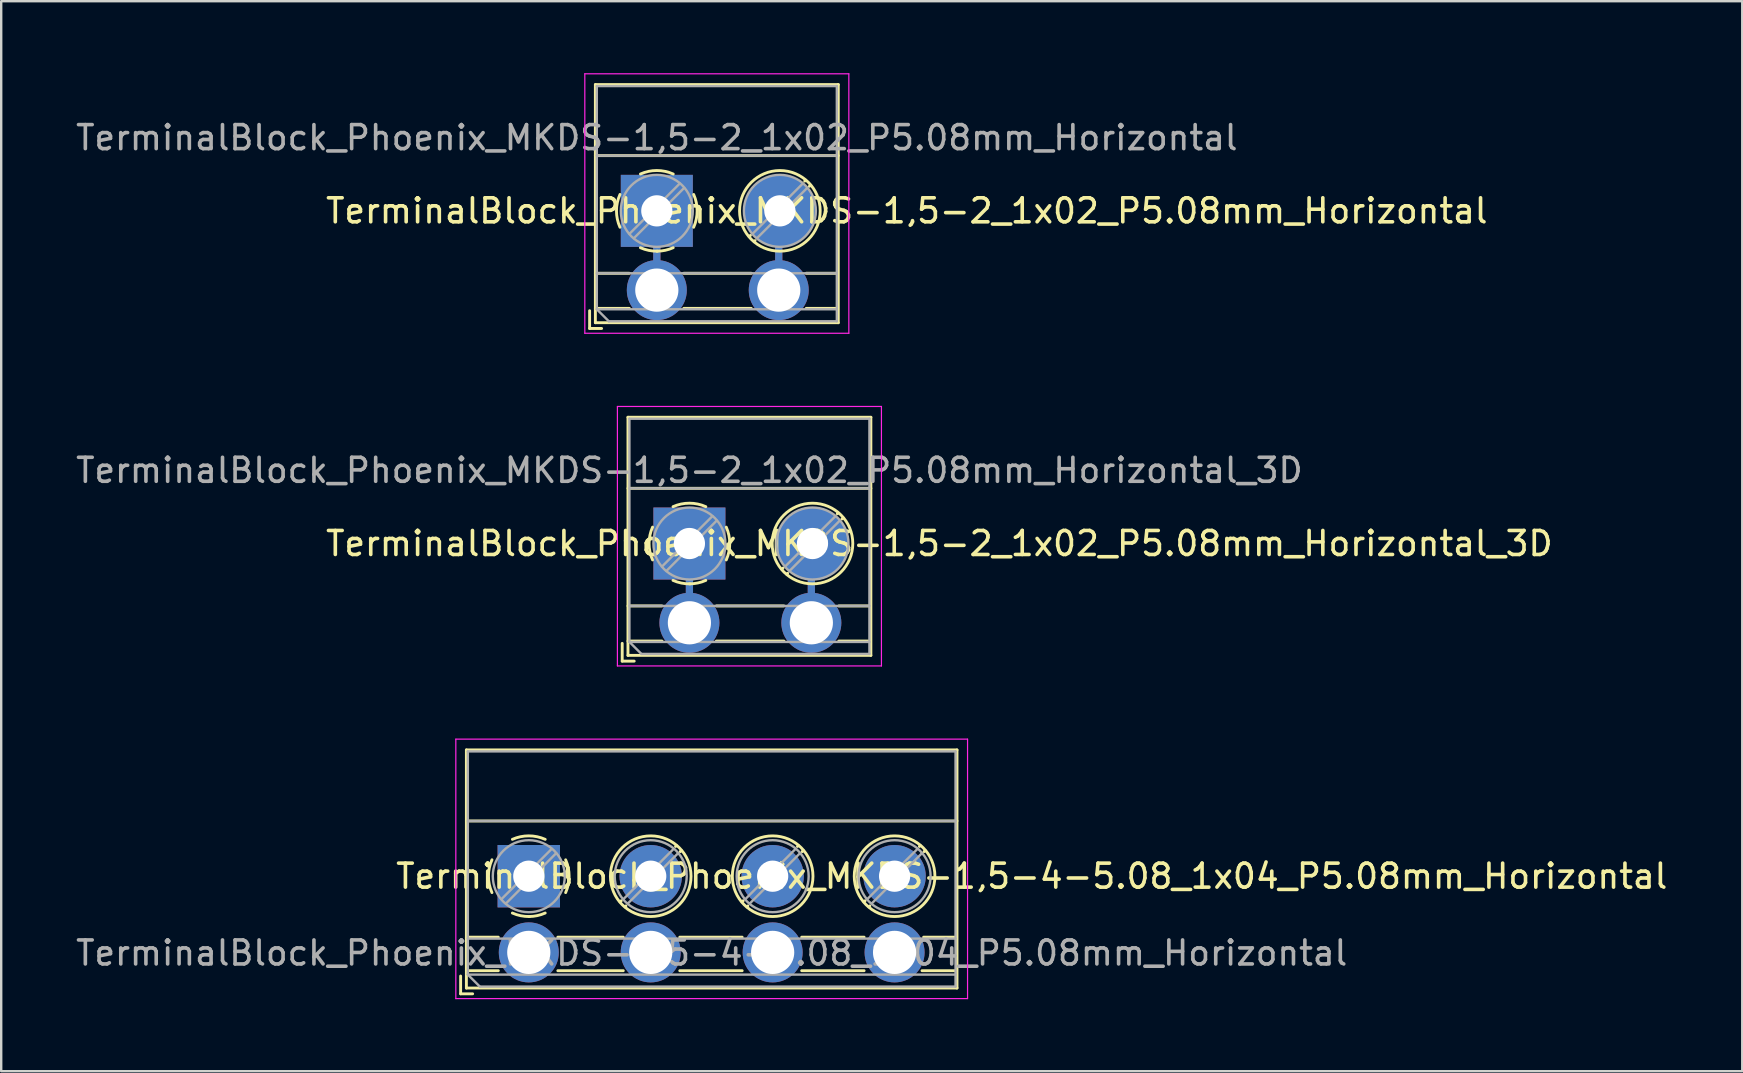
<source format=kicad_pcb>
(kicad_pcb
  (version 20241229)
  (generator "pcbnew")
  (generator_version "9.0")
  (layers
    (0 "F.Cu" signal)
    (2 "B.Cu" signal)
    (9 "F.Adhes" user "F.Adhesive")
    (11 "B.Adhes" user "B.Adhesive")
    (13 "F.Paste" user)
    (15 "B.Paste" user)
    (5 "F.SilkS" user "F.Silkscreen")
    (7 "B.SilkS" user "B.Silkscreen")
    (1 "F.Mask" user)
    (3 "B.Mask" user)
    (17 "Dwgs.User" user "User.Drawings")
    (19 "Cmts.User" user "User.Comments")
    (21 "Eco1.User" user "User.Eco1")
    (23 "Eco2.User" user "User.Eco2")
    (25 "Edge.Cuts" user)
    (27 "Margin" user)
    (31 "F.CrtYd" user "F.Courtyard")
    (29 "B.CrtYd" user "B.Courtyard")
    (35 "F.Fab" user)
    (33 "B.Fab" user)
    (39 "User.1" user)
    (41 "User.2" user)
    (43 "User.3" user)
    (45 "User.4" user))
  (footprint "TerminalBlock_Phoenix_MKDS-1,5-2_1x02_P5.08mm_Horizontal"
    (layer "F.Cu")
    (at 24.315 5.735)
    (property "Reference" "TerminalBlock_Phoenix_MKDS-1,5-2_1x02_P5.08mm_Horizontal" (at 10.414 0 0) (layer "F.SilkS") (effects (font (size 1 1) (thickness 0.15))))
    (attr through_hole)
    (fp_line (start 0 3.302) (end 0 0) (stroke (width 0.3) (type solid)) (layer "F.Cu"))
    (fp_line (start 5.08 3.302) (end 5.08 0) (stroke (width 0.3) (type solid)) (layer "F.Cu"))
    (fp_line (start 0 3.302) (end 0 0) (stroke (width 0.3) (type solid)) (layer "B.Cu"))
    (fp_line (start 5.08 3.302) (end 5.08 0) (stroke (width 0.3) (type solid)) (layer "B.Cu"))
    (fp_line (start -2.8 4.16) (end -2.8 4.9) (stroke (width 0.12) (type solid)) (layer "F.SilkS"))
    (fp_line (start -2.8 4.9) (end -2.3 4.9) (stroke (width 0.12) (type solid)) (layer "F.SilkS"))
    (fp_line (start -2.56 -5.261) (end -2.56 4.66) (stroke (width 0.12) (type solid)) (layer "F.SilkS"))
    (fp_line (start -2.56 -5.261) (end 7.56 -5.261) (stroke (width 0.12) (type solid)) (layer "F.SilkS"))
    (fp_line (start -2.56 -2.301) (end 7.56 -2.301) (stroke (width 0.12) (type solid)) (layer "F.SilkS"))
    (fp_line (start -2.56 2.6) (end -1.143 2.6) (stroke (width 0.12) (type solid)) (layer "F.SilkS"))
    (fp_line (start -2.56 4.064) (end -1.143 4.064) (stroke (width 0.12) (type solid)) (layer "F.SilkS"))
    (fp_line (start -2.56 4.66) (end 7.56 4.66) (stroke (width 0.12) (type solid)) (layer "F.SilkS"))
    (fp_line (start 1.123 2.6) (end 3.937 2.6) (stroke (width 0.12) (type solid)) (layer "F.SilkS"))
    (fp_line (start 1.123 4.064) (end 3.937 4.064) (stroke (width 0.12) (type solid)) (layer "F.SilkS"))
    (fp_line (start 3.9 1.023) (end 3.853 1.069) (stroke (width 0.12) (type solid)) (layer "F.SilkS"))
    (fp_line (start 4.093 1.239) (end 4.058 1.274) (stroke (width 0.12) (type solid)) (layer "F.SilkS"))
    (fp_line (start 6.197 -1.275) (end 6.162 -1.239) (stroke (width 0.12) (type solid)) (layer "F.SilkS"))
    (fp_line (start 6.223 2.6) (end 7.493 2.6) (stroke (width 0.12) (type solid)) (layer "F.SilkS"))
    (fp_line (start 6.223 4.064) (end 7.493 4.064) (stroke (width 0.12) (type solid)) (layer "F.SilkS"))
    (fp_line (start 6.402 -1.069) (end 6.355 -1.023) (stroke (width 0.12) (type solid)) (layer "F.SilkS"))
    (fp_line (start 7.56 -5.261) (end 7.56 4.66) (stroke (width 0.12) (type solid)) (layer "F.SilkS"))
    (fp_arc (start -1.535427 0.683042) (mid -1.680501 -0.000524) (end -1.535 -0.684) (stroke (width 0.12) (type solid)) (layer "F.SilkS"))
    (fp_arc (start -0.683042 -1.535427) (mid 0.000524 -1.680501) (end 0.684 -1.535) (stroke (width 0.12) (type solid)) (layer "F.SilkS"))
    (fp_arc (start 0.028805 1.680253) (mid -0.335551 1.646659) (end -0.684 1.535) (stroke (width 0.12) (type solid)) (layer "F.SilkS"))
    (fp_arc (start 0.683318 1.534756) (mid 0.349292 1.643288) (end 0 1.68) (stroke (width 0.12) (type solid)) (layer "F.SilkS"))
    (fp_arc (start 1.535427 -0.683042) (mid 1.680501 0.000524) (end 1.535 0.684) (stroke (width 0.12) (type solid)) (layer "F.SilkS"))
    (fp_circle (center 5.127 0) (end 6.807 0) (stroke (width 0.12) (type solid)) (fill no) (layer "F.SilkS"))
    (fp_line (start -3 -5.71) (end -3 5.1) (stroke (width 0.05) (type solid)) (layer "F.CrtYd"))
    (fp_line (start -3 5.1) (end 8 5.1) (stroke (width 0.05) (type solid)) (layer "F.CrtYd"))
    (fp_line (start 8 -5.71) (end -3 -5.71) (stroke (width 0.05) (type solid)) (layer "F.CrtYd"))
    (fp_line (start 8 5.1) (end 8 -5.71) (stroke (width 0.05) (type solid)) (layer "F.CrtYd"))
    (fp_line (start -2.5 -5.2) (end 7.5 -5.2) (stroke (width 0.1) (type solid)) (layer "F.Fab"))
    (fp_line (start -2.5 -2.3) (end 7.5 -2.3) (stroke (width 0.1) (type solid)) (layer "F.Fab"))
    (fp_line (start -2.5 2.6) (end 7.5 2.6) (stroke (width 0.1) (type solid)) (layer "F.Fab"))
    (fp_line (start -2.5 4.1) (end -2.5 -5.2) (stroke (width 0.1) (type solid)) (layer "F.Fab"))
    (fp_line (start -2.5 4.1) (end 7.5 4.1) (stroke (width 0.1) (type solid)) (layer "F.Fab"))
    (fp_line (start -2 4.6) (end -2.5 4.1) (stroke (width 0.1) (type solid)) (layer "F.Fab"))
    (fp_line (start 0.955 -1.138) (end -1.138 0.955) (stroke (width 0.1) (type solid)) (layer "F.Fab"))
    (fp_line (start 1.138 -0.955) (end -0.955 1.138) (stroke (width 0.1) (type solid)) (layer "F.Fab"))
    (fp_line (start 6.082 -1.138) (end 3.99 0.955) (stroke (width 0.1) (type solid)) (layer "F.Fab"))
    (fp_line (start 6.265 -0.955) (end 4.173 1.138) (stroke (width 0.1) (type solid)) (layer "F.Fab"))
    (fp_line (start 7.5 -5.2) (end 7.5 4.6) (stroke (width 0.1) (type solid)) (layer "F.Fab"))
    (fp_line (start 7.5 4.6) (end -2 4.6) (stroke (width 0.1) (type solid)) (layer "F.Fab"))
    (fp_circle (center 0 0) (end 1.5 0) (stroke (width 0.1) (type solid)) (fill no) (layer "F.Fab"))
    (fp_circle (center 5.127 0) (end 6.627 0) (stroke (width 0.1) (type solid)) (fill no) (layer "F.Fab"))
    (fp_text user "${REFERENCE}" (at 0 -3.048 0) (layer "F.Fab") (effects (font (size 1 1) (thickness 0.15))))
    (pad "1" thru_hole rect (at 0 0) (size 3 3) (drill 1.3) (layers "*.Cu" "*.Mask"))
    (pad "1" thru_hole circle (at 0 3.302) (size 2.5 2.5) (drill 1.8) (layers "*.Cu" "*.Mask"))
    (pad "2" thru_hole circle (at 5.08 3.302) (size 2.5 2.5) (drill 1.8) (layers "*.Cu" "*.Mask"))
    (pad "2" thru_hole circle (at 5.127 0) (size 3 3) (drill 1.3) (layers "*.Cu" "*.Mask")))
  (footprint "TerminalBlock_Phoenix_MKDS-1,5-2_1x02_P5.08mm_Horizontal_3D"
    (layer "F.Cu")
    (at 25.673 19.595)
    (property "Reference" "TerminalBlock_Phoenix_MKDS-1,5-2_1x02_P5.08mm_Horizontal_3D" (at 10.414 0 0) (layer "F.SilkS") (effects (font (size 1 1) (thickness 0.15))))
    (attr through_hole)
    (fp_line (start 0 3.302) (end 0 0) (stroke (width 0.3) (type solid)) (layer "F.Cu"))
    (fp_line (start 5.08 3.302) (end 5.08 0) (stroke (width 0.3) (type solid)) (layer "F.Cu"))
    (fp_line (start 0 3.302) (end 0 0) (stroke (width 0.3) (type solid)) (layer "B.Cu"))
    (fp_line (start 5.08 3.302) (end 5.08 0) (stroke (width 0.3) (type solid)) (layer "B.Cu"))
    (fp_line (start -2.8 4.16) (end -2.8 4.9) (stroke (width 0.12) (type solid)) (layer "F.SilkS"))
    (fp_line (start -2.8 4.9) (end -2.3 4.9) (stroke (width 0.12) (type solid)) (layer "F.SilkS"))
    (fp_line (start -2.56 -5.261) (end -2.56 4.66) (stroke (width 0.12) (type solid)) (layer "F.SilkS"))
    (fp_line (start -2.56 -5.261) (end 7.56 -5.261) (stroke (width 0.12) (type solid)) (layer "F.SilkS"))
    (fp_line (start -2.56 -2.301) (end 7.56 -2.301) (stroke (width 0.12) (type solid)) (layer "F.SilkS"))
    (fp_line (start -2.56 2.6) (end -1.143 2.6) (stroke (width 0.12) (type solid)) (layer "F.SilkS"))
    (fp_line (start -2.56 4.064) (end -1.143 4.064) (stroke (width 0.12) (type solid)) (layer "F.SilkS"))
    (fp_line (start -2.56 4.66) (end 7.56 4.66) (stroke (width 0.12) (type solid)) (layer "F.SilkS"))
    (fp_line (start 1.123 2.6) (end 3.937 2.6) (stroke (width 0.12) (type solid)) (layer "F.SilkS"))
    (fp_line (start 1.123 4.064) (end 3.937 4.064) (stroke (width 0.12) (type solid)) (layer "F.SilkS"))
    (fp_line (start 3.9 1.023) (end 3.853 1.069) (stroke (width 0.12) (type solid)) (layer "F.SilkS"))
    (fp_line (start 4.093 1.239) (end 4.058 1.274) (stroke (width 0.12) (type solid)) (layer "F.SilkS"))
    (fp_line (start 6.197 -1.275) (end 6.162 -1.239) (stroke (width 0.12) (type solid)) (layer "F.SilkS"))
    (fp_line (start 6.223 2.6) (end 7.493 2.6) (stroke (width 0.12) (type solid)) (layer "F.SilkS"))
    (fp_line (start 6.223 4.064) (end 7.493 4.064) (stroke (width 0.12) (type solid)) (layer "F.SilkS"))
    (fp_line (start 6.402 -1.069) (end 6.355 -1.023) (stroke (width 0.12) (type solid)) (layer "F.SilkS"))
    (fp_line (start 7.56 -5.261) (end 7.56 4.66) (stroke (width 0.12) (type solid)) (layer "F.SilkS"))
    (fp_arc (start -1.535427 0.683042) (mid -1.680501 -0.000524) (end -1.535 -0.684) (stroke (width 0.12) (type solid)) (layer "F.SilkS"))
    (fp_arc (start -0.683042 -1.535427) (mid 0.000524 -1.680501) (end 0.684 -1.535) (stroke (width 0.12) (type solid)) (layer "F.SilkS"))
    (fp_arc (start 0.028805 1.680253) (mid -0.335551 1.646659) (end -0.684 1.535) (stroke (width 0.12) (type solid)) (layer "F.SilkS"))
    (fp_arc (start 0.683318 1.534756) (mid 0.349292 1.643288) (end 0 1.68) (stroke (width 0.12) (type solid)) (layer "F.SilkS"))
    (fp_arc (start 1.535427 -0.683042) (mid 1.680501 0.000524) (end 1.535 0.684) (stroke (width 0.12) (type solid)) (layer "F.SilkS"))
    (fp_circle (center 5.127 0) (end 6.807 0) (stroke (width 0.12) (type solid)) (fill no) (layer "F.SilkS"))
    (fp_line (start -3 -5.71) (end -3 5.1) (stroke (width 0.05) (type solid)) (layer "F.CrtYd"))
    (fp_line (start -3 5.1) (end 8 5.1) (stroke (width 0.05) (type solid)) (layer "F.CrtYd"))
    (fp_line (start 8 -5.71) (end -3 -5.71) (stroke (width 0.05) (type solid)) (layer "F.CrtYd"))
    (fp_line (start 8 5.1) (end 8 -5.71) (stroke (width 0.05) (type solid)) (layer "F.CrtYd"))
    (fp_line (start -2.5 -5.2) (end 7.5 -5.2) (stroke (width 0.1) (type solid)) (layer "F.Fab"))
    (fp_line (start -2.5 -2.3) (end 7.5 -2.3) (stroke (width 0.1) (type solid)) (layer "F.Fab"))
    (fp_line (start -2.5 2.6) (end 7.5 2.6) (stroke (width 0.1) (type solid)) (layer "F.Fab"))
    (fp_line (start -2.5 4.1) (end -2.5 -5.2) (stroke (width 0.1) (type solid)) (layer "F.Fab"))
    (fp_line (start -2.5 4.1) (end 7.5 4.1) (stroke (width 0.1) (type solid)) (layer "F.Fab"))
    (fp_line (start -2 4.6) (end -2.5 4.1) (stroke (width 0.1) (type solid)) (layer "F.Fab"))
    (fp_line (start 0.955 -1.138) (end -1.138 0.955) (stroke (width 0.1) (type solid)) (layer "F.Fab"))
    (fp_line (start 1.138 -0.955) (end -0.955 1.138) (stroke (width 0.1) (type solid)) (layer "F.Fab"))
    (fp_line (start 6.082 -1.138) (end 3.99 0.955) (stroke (width 0.1) (type solid)) (layer "F.Fab"))
    (fp_line (start 6.265 -0.955) (end 4.173 1.138) (stroke (width 0.1) (type solid)) (layer "F.Fab"))
    (fp_line (start 7.5 -5.2) (end 7.5 4.6) (stroke (width 0.1) (type solid)) (layer "F.Fab"))
    (fp_line (start 7.5 4.6) (end -2 4.6) (stroke (width 0.1) (type solid)) (layer "F.Fab"))
    (fp_circle (center 0 0) (end 1.5 0) (stroke (width 0.1) (type solid)) (fill no) (layer "F.Fab"))
    (fp_circle (center 5.127 0) (end 6.627 0) (stroke (width 0.1) (type solid)) (fill no) (layer "F.Fab"))
    (fp_text user "${REFERENCE}" (at 0 -3.048 0) (layer "F.Fab") (effects (font (size 1 1) (thickness 0.15))))
    (pad "1" thru_hole rect (at 0 0) (size 3 3) (drill 1.3) (layers "*.Cu" "*.Mask"))
    (pad "1" thru_hole circle (at 0 3.302) (size 2.5 2.5) (drill 1.8) (layers "*.Cu" "*.Mask"))
    (pad "2" thru_hole circle (at 5.08 3.302) (size 2.5 2.5) (drill 1.8) (layers "*.Cu" "*.Mask"))
    (pad "2" thru_hole circle (at 5.127 0) (size 3 3) (drill 1.3) (layers "*.Cu" "*.Mask")))
  (footprint "TerminalBlock_Phoenix_MKDS-1,5-4-5.08_1x04_P5.08mm_Horizontal"
    (layer "F.Cu")
    (at 18.981 33.455)
    (property "Reference" "TerminalBlock_Phoenix_MKDS-1,5-4-5.08_1x04_P5.08mm_Horizontal" (at 20.955 0 0) (layer "F.SilkS") (effects (font (size 1 1) (thickness 0.15))))
    (attr through_hole)
    (fp_line (start -2.84 4.16) (end -2.84 4.9) (stroke (width 0.12) (type solid)) (layer "F.SilkS"))
    (fp_line (start -2.84 4.9) (end -2.34 4.9) (stroke (width 0.12) (type solid)) (layer "F.SilkS"))
    (fp_line (start -2.6 -5.261) (end -2.6 4.66) (stroke (width 0.12) (type solid)) (layer "F.SilkS"))
    (fp_line (start -2.6 -5.261) (end 17.84 -5.261) (stroke (width 0.12) (type solid)) (layer "F.SilkS"))
    (fp_line (start -2.6 -2.301) (end 17.84 -2.301) (stroke (width 0.12) (type solid)) (layer "F.SilkS"))
    (fp_line (start -2.6 2.54) (end -1.27 2.54) (stroke (width 0.12) (type solid)) (layer "F.SilkS"))
    (fp_line (start -2.6 3.937) (end -1.27 3.937) (stroke (width 0.12) (type solid)) (layer "F.SilkS"))
    (fp_line (start -2.6 4.66) (end 17.84 4.66) (stroke (width 0.12) (type solid)) (layer "F.SilkS"))
    (fp_line (start 1.21 2.54) (end 3.937 2.54) (stroke (width 0.12) (type solid)) (layer "F.SilkS"))
    (fp_line (start 1.21 3.937) (end 3.937 3.937) (stroke (width 0.12) (type solid)) (layer "F.SilkS"))
    (fp_line (start 3.853 1.023) (end 3.806 1.069) (stroke (width 0.12) (type solid)) (layer "F.SilkS"))
    (fp_line (start 4.046 1.239) (end 4.011 1.274) (stroke (width 0.12) (type solid)) (layer "F.SilkS"))
    (fp_line (start 6.15 -1.275) (end 6.115 -1.239) (stroke (width 0.12) (type solid)) (layer "F.SilkS"))
    (fp_line (start 6.29 2.54) (end 8.89 2.54) (stroke (width 0.12) (type solid)) (layer "F.SilkS"))
    (fp_line (start 6.29 3.937) (end 8.89 3.937) (stroke (width 0.12) (type solid)) (layer "F.SilkS"))
    (fp_line (start 6.355 -1.069) (end 6.308 -1.023) (stroke (width 0.12) (type solid)) (layer "F.SilkS"))
    (fp_line (start 8.933 1.023) (end 8.886 1.069) (stroke (width 0.12) (type solid)) (layer "F.SilkS"))
    (fp_line (start 9.126 1.239) (end 9.091 1.274) (stroke (width 0.12) (type solid)) (layer "F.SilkS"))
    (fp_line (start 11.23 -1.275) (end 11.195 -1.239) (stroke (width 0.12) (type solid)) (layer "F.SilkS"))
    (fp_line (start 11.37 2.54) (end 13.97 2.54) (stroke (width 0.12) (type solid)) (layer "F.SilkS"))
    (fp_line (start 11.37 3.937) (end 13.97 3.937) (stroke (width 0.12) (type solid)) (layer "F.SilkS"))
    (fp_line (start 11.435 -1.069) (end 11.388 -1.023) (stroke (width 0.12) (type solid)) (layer "F.SilkS"))
    (fp_line (start 14.013 1.023) (end 13.966 1.069) (stroke (width 0.12) (type solid)) (layer "F.SilkS"))
    (fp_line (start 14.206 1.239) (end 14.171 1.274) (stroke (width 0.12) (type solid)) (layer "F.SilkS"))
    (fp_line (start 16.31 -1.275) (end 16.275 -1.239) (stroke (width 0.12) (type solid)) (layer "F.SilkS"))
    (fp_line (start 16.383 3.937) (end 17.78 3.937) (stroke (width 0.12) (type solid)) (layer "F.SilkS"))
    (fp_line (start 16.45 2.54) (end 17.78 2.54) (stroke (width 0.12) (type solid)) (layer "F.SilkS"))
    (fp_line (start 16.515 -1.069) (end 16.468 -1.023) (stroke (width 0.12) (type solid)) (layer "F.SilkS"))
    (fp_line (start 17.84 -5.261) (end 17.84 4.66) (stroke (width 0.12) (type solid)) (layer "F.SilkS"))
    (fp_arc (start -1.535427 0.683042) (mid -1.680501 -0.000524) (end -1.535 -0.684) (stroke (width 0.12) (type solid)) (layer "F.SilkS"))
    (fp_arc (start -0.683042 -1.535427) (mid 0.000524 -1.680501) (end 0.684 -1.535) (stroke (width 0.12) (type solid)) (layer "F.SilkS"))
    (fp_arc (start 0.028805 1.680253) (mid -0.335551 1.646659) (end -0.684 1.535) (stroke (width 0.12) (type solid)) (layer "F.SilkS"))
    (fp_arc (start 0.683318 1.534756) (mid 0.349292 1.643288) (end 0 1.68) (stroke (width 0.12) (type solid)) (layer "F.SilkS"))
    (fp_arc (start 1.535427 -0.683042) (mid 1.680501 0.000524) (end 1.535 0.684) (stroke (width 0.12) (type solid)) (layer "F.SilkS"))
    (fp_circle (center 5.08 0) (end 6.76 0) (stroke (width 0.12) (type solid)) (fill no) (layer "F.SilkS"))
    (fp_circle (center 10.16 0) (end 11.84 0) (stroke (width 0.12) (type solid)) (fill no) (layer "F.SilkS"))
    (fp_circle (center 15.24 0) (end 16.92 0) (stroke (width 0.12) (type solid)) (fill no) (layer "F.SilkS"))
    (fp_line (start -3.04 -5.71) (end -3.04 5.1) (stroke (width 0.05) (type solid)) (layer "F.CrtYd"))
    (fp_line (start -3.04 5.1) (end 18.28 5.1) (stroke (width 0.05) (type solid)) (layer "F.CrtYd"))
    (fp_line (start 18.28 -5.71) (end -3.04 -5.71) (stroke (width 0.05) (type solid)) (layer "F.CrtYd"))
    (fp_line (start 18.28 5.1) (end 18.28 -5.71) (stroke (width 0.05) (type solid)) (layer "F.CrtYd"))
    (fp_line (start -2.54 -5.2) (end 17.78 -5.2) (stroke (width 0.1) (type solid)) (layer "F.Fab"))
    (fp_line (start -2.54 -2.3) (end 17.78 -2.3) (stroke (width 0.1) (type solid)) (layer "F.Fab"))
    (fp_line (start -2.54 2.6) (end 17.78 2.6) (stroke (width 0.1) (type solid)) (layer "F.Fab"))
    (fp_line (start -2.54 4.1) (end -2.54 -5.2) (stroke (width 0.1) (type solid)) (layer "F.Fab"))
    (fp_line (start -2.54 4.1) (end 17.78 4.1) (stroke (width 0.1) (type solid)) (layer "F.Fab"))
    (fp_line (start -2.04 4.6) (end -2.54 4.1) (stroke (width 0.1) (type solid)) (layer "F.Fab"))
    (fp_line (start 0.955 -1.138) (end -1.138 0.955) (stroke (width 0.1) (type solid)) (layer "F.Fab"))
    (fp_line (start 1.138 -0.955) (end -0.955 1.138) (stroke (width 0.1) (type solid)) (layer "F.Fab"))
    (fp_line (start 6.035 -1.138) (end 3.943 0.955) (stroke (width 0.1) (type solid)) (layer "F.Fab"))
    (fp_line (start 6.218 -0.955) (end 4.126 1.138) (stroke (width 0.1) (type solid)) (layer "F.Fab"))
    (fp_line (start 11.115 -1.138) (end 9.023 0.955) (stroke (width 0.1) (type solid)) (layer "F.Fab"))
    (fp_line (start 11.298 -0.955) (end 9.206 1.138) (stroke (width 0.1) (type solid)) (layer "F.Fab"))
    (fp_line (start 16.195 -1.138) (end 14.103 0.955) (stroke (width 0.1) (type solid)) (layer "F.Fab"))
    (fp_line (start 16.378 -0.955) (end 14.286 1.138) (stroke (width 0.1) (type solid)) (layer "F.Fab"))
    (fp_line (start 17.78 -5.2) (end 17.78 4.6) (stroke (width 0.1) (type solid)) (layer "F.Fab"))
    (fp_line (start 17.78 4.6) (end -2.04 4.6) (stroke (width 0.1) (type solid)) (layer "F.Fab"))
    (fp_circle (center 0 0) (end 1.5 0) (stroke (width 0.1) (type solid)) (fill no) (layer "F.Fab"))
    (fp_circle (center 5.08 0) (end 6.58 0) (stroke (width 0.1) (type solid)) (fill no) (layer "F.Fab"))
    (fp_circle (center 10.16 0) (end 11.66 0) (stroke (width 0.1) (type solid)) (fill no) (layer "F.Fab"))
    (fp_circle (center 15.24 0) (end 16.74 0) (stroke (width 0.1) (type solid)) (fill no) (layer "F.Fab"))
    (fp_text user "${REFERENCE}" (at 7.62 3.2 0) (layer "F.Fab") (effects (font (size 1 1) (thickness 0.15))))
    (pad "1" thru_hole rect (at 0 0) (size 2.6 2.6) (drill 1.3) (layers "*.Cu" "*.Mask"))
    (pad "1" thru_hole circle (at 0 3.175) (size 2.5 2.5) (drill 1.8) (layers "*.Cu" "*.Mask"))
    (pad "2" thru_hole circle (at 5.08 0) (size 2.6 2.6) (drill 1.3) (layers "*.Cu" "*.Mask"))
    (pad "2" thru_hole circle (at 5.08 3.175) (size 2.5 2.5) (drill 1.8) (layers "*.Cu" "*.Mask"))
    (pad "3" thru_hole circle (at 10.16 0) (size 2.6 2.6) (drill 1.3) (layers "*.Cu" "*.Mask"))
    (pad "3" thru_hole circle (at 10.16 3.175) (size 2.5 2.5) (drill 1.8) (layers "*.Cu" "*.Mask"))
    (pad "4" thru_hole circle (at 15.24 0) (size 2.6 2.6) (drill 1.3) (layers "*.Cu" "*.Mask"))
    (pad "4" thru_hole circle (at 15.24 3.175) (size 2.5 2.5) (drill 1.8) (layers "*.Cu" "*.Mask")))
  (gr_rect
    (start -3 -3)
    (end 69.537 41.58)
    (stroke (width 0.1) (type default))
    (fill no)
    (layer "Edge.Cuts")))
</source>
